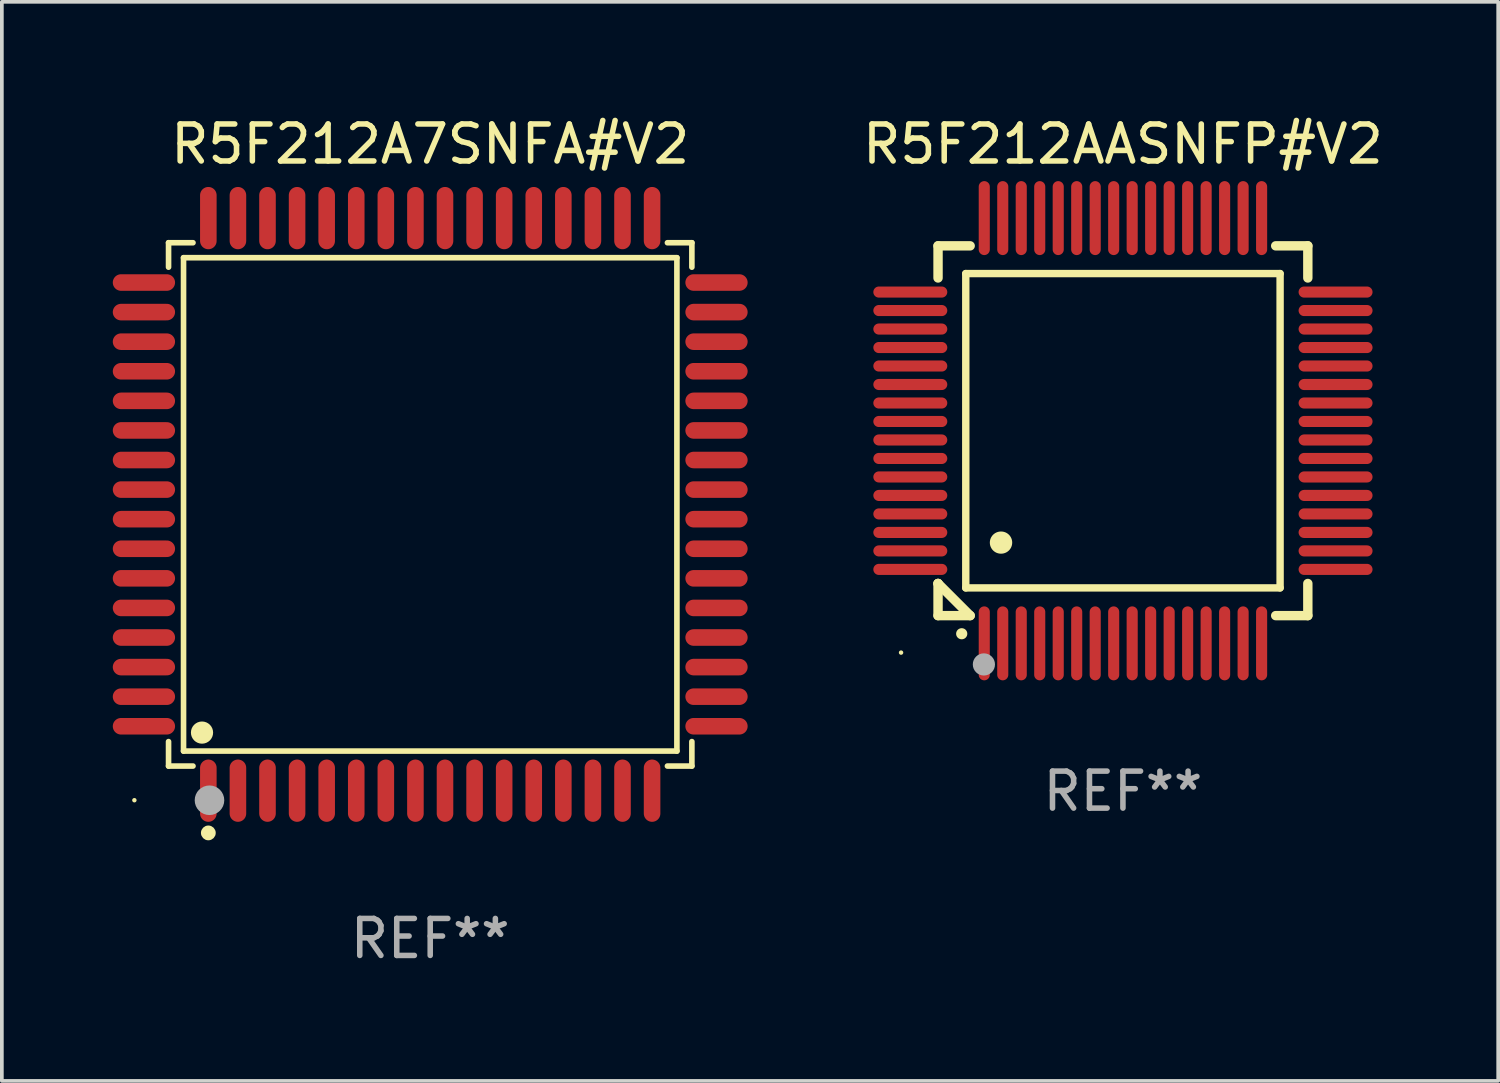
<source format=kicad_pcb>
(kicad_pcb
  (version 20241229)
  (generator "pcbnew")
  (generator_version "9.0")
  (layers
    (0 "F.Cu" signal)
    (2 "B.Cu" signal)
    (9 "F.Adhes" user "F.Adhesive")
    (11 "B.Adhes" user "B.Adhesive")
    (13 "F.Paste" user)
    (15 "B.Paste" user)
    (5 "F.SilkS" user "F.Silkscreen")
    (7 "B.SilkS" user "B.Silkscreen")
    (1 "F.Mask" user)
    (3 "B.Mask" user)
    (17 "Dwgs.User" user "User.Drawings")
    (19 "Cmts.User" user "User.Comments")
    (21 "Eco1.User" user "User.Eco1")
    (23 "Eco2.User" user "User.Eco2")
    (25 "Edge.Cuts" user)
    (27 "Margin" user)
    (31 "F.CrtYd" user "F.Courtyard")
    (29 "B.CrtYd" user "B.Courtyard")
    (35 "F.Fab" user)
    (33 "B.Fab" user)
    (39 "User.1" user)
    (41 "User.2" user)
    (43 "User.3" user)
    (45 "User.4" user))
  (footprint "R5F212AASNFP#V2"
    (layer "F.Cu")
    (at 27.317 8.598)
    (property "Reference" "R5F212AASNFP#V2" (at 0 -7.75 0) (layer "F.SilkS") (effects (font (size 1 1) (thickness 0.15))))
    (attr through_hole)
    (fp_line (start -5 -5) (end -4.131 -5) (stroke (width 0.254) (type solid)) (layer "F.SilkS"))
    (fp_line (start -5 -4.131) (end -5 -5) (stroke (width 0.254) (type solid)) (layer "F.SilkS"))
    (fp_line (start -5 4.131) (end -5 4.131) (stroke (width 0.254) (type solid)) (layer "F.SilkS"))
    (fp_line (start -5 5) (end -5 4.131) (stroke (width 0.254) (type solid)) (layer "F.SilkS"))
    (fp_line (start -5 4.131) (end -4.131 5) (stroke (width 0.254) (type solid)) (layer "F.SilkS"))
    (fp_line (start -4.25 -4.25) (end -4.25 4.25) (stroke (width 0.2) (type solid)) (layer "F.SilkS"))
    (fp_line (start -4.25 4.25) (end 4.25 4.25) (stroke (width 0.2) (type solid)) (layer "F.SilkS"))
    (fp_line (start -4.131 5) (end -5 5) (stroke (width 0.254) (type solid)) (layer "F.SilkS"))
    (fp_line (start 4.25 -4.25) (end -4.25 -4.25) (stroke (width 0.2) (type solid)) (layer "F.SilkS"))
    (fp_line (start 4.25 4.25) (end 4.25 -4.25) (stroke (width 0.2) (type solid)) (layer "F.SilkS"))
    (fp_line (start 5 -5) (end 4.131 -5) (stroke (width 0.254) (type solid)) (layer "F.SilkS"))
    (fp_line (start 5 -5) (end 5 -4.131) (stroke (width 0.254) (type solid)) (layer "F.SilkS"))
    (fp_line (start 5 4.131) (end 5 5) (stroke (width 0.254) (type solid)) (layer "F.SilkS"))
    (fp_line (start 5 5) (end 4.131 5) (stroke (width 0.254) (type solid)) (layer "F.SilkS"))
    (fp_arc (start -4.361265 5.489992) (mid -4.359995 5.489987) (end -4.358725 5.489992) (stroke (width 0.3) (type solid)) (layer "F.SilkS"))
    (fp_arc (start -3.299467 3.025146) (mid -3.296927 3.025135) (end -3.294387 3.025146) (stroke (width 0.6) (type solid)) (layer "F.SilkS"))
    (fp_circle (center -6 6) (end -5.97 6) (stroke (width 0.06) (type solid)) (fill no) (layer "F.SilkS"))
    (fp_circle (center -3.76 6.32) (end -3.61 6.32) (stroke (width 0.3) (type solid)) (fill no) (layer "F.Fab"))
    (fp_text user "REF**" (at 0 9.75 0) (layer "F.Fab") (effects (font (size 1 1) (thickness 0.15))))
    (pad "1" smd oval (at -3.75 5.75) (size 0.3 2) (layers "F.Cu" "F.Mask" "F.Paste"))
    (pad "2" smd oval (at -3.25 5.75) (size 0.3 2) (layers "F.Cu" "F.Mask" "F.Paste"))
    (pad "3" smd oval (at -2.75 5.75) (size 0.3 2) (layers "F.Cu" "F.Mask" "F.Paste"))
    (pad "4" smd oval (at -2.25 5.75) (size 0.3 2) (layers "F.Cu" "F.Mask" "F.Paste"))
    (pad "5" smd oval (at -1.75 5.75) (size 0.3 2) (layers "F.Cu" "F.Mask" "F.Paste"))
    (pad "6" smd oval (at -1.25 5.75) (size 0.3 2) (layers "F.Cu" "F.Mask" "F.Paste"))
    (pad "7" smd oval (at -0.75 5.75) (size 0.3 2) (layers "F.Cu" "F.Mask" "F.Paste"))
    (pad "8" smd oval (at -0.25 5.75) (size 0.3 2) (layers "F.Cu" "F.Mask" "F.Paste"))
    (pad "9" smd oval (at 0.25 5.75) (size 0.3 2) (layers "F.Cu" "F.Mask" "F.Paste"))
    (pad "10" smd oval (at 0.75 5.75) (size 0.3 2) (layers "F.Cu" "F.Mask" "F.Paste"))
    (pad "11" smd oval (at 1.25 5.75) (size 0.3 2) (layers "F.Cu" "F.Mask" "F.Paste"))
    (pad "12" smd oval (at 1.75 5.75) (size 0.3 2) (layers "F.Cu" "F.Mask" "F.Paste"))
    (pad "13" smd oval (at 2.25 5.75) (size 0.3 2) (layers "F.Cu" "F.Mask" "F.Paste"))
    (pad "14" smd oval (at 2.75 5.75) (size 0.3 2) (layers "F.Cu" "F.Mask" "F.Paste"))
    (pad "15" smd oval (at 3.25 5.75) (size 0.3 2) (layers "F.Cu" "F.Mask" "F.Paste"))
    (pad "16" smd oval (at 3.75 5.75) (size 0.3 2) (layers "F.Cu" "F.Mask" "F.Paste"))
    (pad "17" smd oval (at 5.75 3.75) (size 2 0.3) (layers "F.Cu" "F.Mask" "F.Paste"))
    (pad "18" smd oval (at 5.75 3.25) (size 2 0.3) (layers "F.Cu" "F.Mask" "F.Paste"))
    (pad "19" smd oval (at 5.75 2.75) (size 2 0.3) (layers "F.Cu" "F.Mask" "F.Paste"))
    (pad "20" smd oval (at 5.75 2.25) (size 2 0.3) (layers "F.Cu" "F.Mask" "F.Paste"))
    (pad "21" smd oval (at 5.75 1.75) (size 2 0.3) (layers "F.Cu" "F.Mask" "F.Paste"))
    (pad "22" smd oval (at 5.75 1.25) (size 2 0.3) (layers "F.Cu" "F.Mask" "F.Paste"))
    (pad "23" smd oval (at 5.75 0.75) (size 2 0.3) (layers "F.Cu" "F.Mask" "F.Paste"))
    (pad "24" smd oval (at 5.75 0.25) (size 2 0.3) (layers "F.Cu" "F.Mask" "F.Paste"))
    (pad "25" smd oval (at 5.75 -0.25) (size 2 0.3) (layers "F.Cu" "F.Mask" "F.Paste"))
    (pad "26" smd oval (at 5.75 -0.75) (size 2 0.3) (layers "F.Cu" "F.Mask" "F.Paste"))
    (pad "27" smd oval (at 5.75 -1.25) (size 2 0.3) (layers "F.Cu" "F.Mask" "F.Paste"))
    (pad "28" smd oval (at 5.75 -1.75) (size 2 0.3) (layers "F.Cu" "F.Mask" "F.Paste"))
    (pad "29" smd oval (at 5.75 -2.25) (size 2 0.3) (layers "F.Cu" "F.Mask" "F.Paste"))
    (pad "30" smd oval (at 5.75 -2.75) (size 2 0.3) (layers "F.Cu" "F.Mask" "F.Paste"))
    (pad "31" smd oval (at 5.75 -3.25) (size 2 0.3) (layers "F.Cu" "F.Mask" "F.Paste"))
    (pad "32" smd oval (at 5.75 -3.75) (size 2 0.3) (layers "F.Cu" "F.Mask" "F.Paste"))
    (pad "33" smd oval (at 3.75 -5.75) (size 0.3 2) (layers "F.Cu" "F.Mask" "F.Paste"))
    (pad "34" smd oval (at 3.25 -5.75) (size 0.3 2) (layers "F.Cu" "F.Mask" "F.Paste"))
    (pad "35" smd oval (at 2.75 -5.75) (size 0.3 2) (layers "F.Cu" "F.Mask" "F.Paste"))
    (pad "36" smd oval (at 2.25 -5.75) (size 0.3 2) (layers "F.Cu" "F.Mask" "F.Paste"))
    (pad "37" smd oval (at 1.75 -5.75) (size 0.3 2) (layers "F.Cu" "F.Mask" "F.Paste"))
    (pad "38" smd oval (at 1.25 -5.75) (size 0.3 2) (layers "F.Cu" "F.Mask" "F.Paste"))
    (pad "39" smd oval (at 0.75 -5.75) (size 0.3 2) (layers "F.Cu" "F.Mask" "F.Paste"))
    (pad "40" smd oval (at 0.25 -5.75) (size 0.3 2) (layers "F.Cu" "F.Mask" "F.Paste"))
    (pad "41" smd oval (at -0.25 -5.75) (size 0.3 2) (layers "F.Cu" "F.Mask" "F.Paste"))
    (pad "42" smd oval (at -0.75 -5.75) (size 0.3 2) (layers "F.Cu" "F.Mask" "F.Paste"))
    (pad "43" smd oval (at -1.25 -5.75) (size 0.3 2) (layers "F.Cu" "F.Mask" "F.Paste"))
    (pad "44" smd oval (at -1.75 -5.75) (size 0.3 2) (layers "F.Cu" "F.Mask" "F.Paste"))
    (pad "45" smd oval (at -2.25 -5.75) (size 0.3 2) (layers "F.Cu" "F.Mask" "F.Paste"))
    (pad "46" smd oval (at -2.75 -5.75) (size 0.3 2) (layers "F.Cu" "F.Mask" "F.Paste"))
    (pad "47" smd oval (at -3.25 -5.75) (size 0.3 2) (layers "F.Cu" "F.Mask" "F.Paste"))
    (pad "48" smd oval (at -3.75 -5.75) (size 0.3 2) (layers "F.Cu" "F.Mask" "F.Paste"))
    (pad "49" smd oval (at -5.75 -3.75) (size 2 0.3) (layers "F.Cu" "F.Mask" "F.Paste"))
    (pad "50" smd oval (at -5.75 -3.25) (size 2 0.3) (layers "F.Cu" "F.Mask" "F.Paste"))
    (pad "51" smd oval (at -5.75 -2.75) (size 2 0.3) (layers "F.Cu" "F.Mask" "F.Paste"))
    (pad "52" smd oval (at -5.75 -2.25) (size 2 0.3) (layers "F.Cu" "F.Mask" "F.Paste"))
    (pad "53" smd oval (at -5.75 -1.75) (size 2 0.3) (layers "F.Cu" "F.Mask" "F.Paste"))
    (pad "54" smd oval (at -5.75 -1.25) (size 2 0.3) (layers "F.Cu" "F.Mask" "F.Paste"))
    (pad "55" smd oval (at -5.75 -0.75) (size 2 0.3) (layers "F.Cu" "F.Mask" "F.Paste"))
    (pad "56" smd oval (at -5.75 -0.25) (size 2 0.3) (layers "F.Cu" "F.Mask" "F.Paste"))
    (pad "57" smd oval (at -5.75 0.25) (size 2 0.3) (layers "F.Cu" "F.Mask" "F.Paste"))
    (pad "58" smd oval (at -5.75 0.75) (size 2 0.3) (layers "F.Cu" "F.Mask" "F.Paste"))
    (pad "59" smd oval (at -5.75 1.25) (size 2 0.3) (layers "F.Cu" "F.Mask" "F.Paste"))
    (pad "60" smd oval (at -5.75 1.75) (size 2 0.3) (layers "F.Cu" "F.Mask" "F.Paste"))
    (pad "61" smd oval (at -5.75 2.25) (size 2 0.3) (layers "F.Cu" "F.Mask" "F.Paste"))
    (pad "62" smd oval (at -5.75 2.75) (size 2 0.3) (layers "F.Cu" "F.Mask" "F.Paste"))
    (pad "63" smd oval (at -5.75 3.25) (size 2 0.3) (layers "F.Cu" "F.Mask" "F.Paste"))
    (pad "64" smd oval (at -5.75 3.75) (size 2 0.3) (layers "F.Cu" "F.Mask" "F.Paste")))
  (footprint "R5F212A7SNFA#V2"
    (layer "F.Cu")
    (at 8.584 10.59)
    (property "Reference" "R5F212A7SNFA#V2" (at 0 -9.742 0) (layer "F.SilkS") (effects (font (size 1 1) (thickness 0.15))))
    (attr through_hole)
    (fp_line (start -7.076 -7.076) (end -6.415 -7.076) (stroke (width 0.152) (type solid)) (layer "F.SilkS"))
    (fp_line (start -7.076 -6.415) (end -7.076 -7.076) (stroke (width 0.152) (type solid)) (layer "F.SilkS"))
    (fp_line (start -7.076 6.415) (end -7.076 7.076) (stroke (width 0.152) (type solid)) (layer "F.SilkS"))
    (fp_line (start -7.076 7.076) (end -6.415 7.076) (stroke (width 0.152) (type solid)) (layer "F.SilkS"))
    (fp_line (start -6.671 -6.671) (end 6.671 -6.671) (stroke (width 0.152) (type solid)) (layer "F.SilkS"))
    (fp_line (start -6.671 6.671) (end -6.671 -6.671) (stroke (width 0.152) (type solid)) (layer "F.SilkS"))
    (fp_line (start 6.671 -6.671) (end 6.671 6.671) (stroke (width 0.152) (type solid)) (layer "F.SilkS"))
    (fp_line (start 6.671 6.671) (end -6.671 6.671) (stroke (width 0.152) (type solid)) (layer "F.SilkS"))
    (fp_line (start 7.076 -7.076) (end 6.415 -7.076) (stroke (width 0.152) (type solid)) (layer "F.SilkS"))
    (fp_line (start 7.076 -6.415) (end 7.076 -7.076) (stroke (width 0.152) (type solid)) (layer "F.SilkS"))
    (fp_line (start 7.076 6.415) (end 7.076 7.076) (stroke (width 0.152) (type solid)) (layer "F.SilkS"))
    (fp_line (start 7.076 7.076) (end 6.415 7.076) (stroke (width 0.152) (type solid)) (layer "F.SilkS"))
    (fp_circle (center -8 8) (end -7.97 8) (stroke (width 0.06) (type solid)) (fill no) (layer "F.SilkS"))
    (fp_circle (center -6.171 6.171) (end -6.021 6.171) (stroke (width 0.3) (type solid)) (fill no) (layer "F.SilkS"))
    (fp_circle (center -6 8.884) (end -5.9 8.884) (stroke (width 0.2) (type solid)) (fill no) (layer "F.SilkS"))
    (fp_circle (center -5.969 8.001) (end -5.769 8.001) (stroke (width 0.4) (type solid)) (fill no) (layer "F.Fab"))
    (fp_text user "REF**" (at 0 11.742 0) (layer "F.Fab") (effects (font (size 1 1) (thickness 0.15))))
    (pad "1" smd oval (at -6 7.742) (size 0.448 1.684) (layers "F.Cu" "F.Mask" "F.Paste"))
    (pad "2" smd oval (at -5.2 7.742) (size 0.448 1.684) (layers "F.Cu" "F.Mask" "F.Paste"))
    (pad "3" smd oval (at -4.4 7.742) (size 0.448 1.684) (layers "F.Cu" "F.Mask" "F.Paste"))
    (pad "4" smd oval (at -3.6 7.742) (size 0.448 1.684) (layers "F.Cu" "F.Mask" "F.Paste"))
    (pad "5" smd oval (at -2.8 7.742) (size 0.448 1.684) (layers "F.Cu" "F.Mask" "F.Paste"))
    (pad "6" smd oval (at -2 7.742) (size 0.448 1.684) (layers "F.Cu" "F.Mask" "F.Paste"))
    (pad "7" smd oval (at -1.2 7.742) (size 0.448 1.684) (layers "F.Cu" "F.Mask" "F.Paste"))
    (pad "8" smd oval (at -0.4 7.742) (size 0.448 1.684) (layers "F.Cu" "F.Mask" "F.Paste"))
    (pad "9" smd oval (at 0.4 7.742) (size 0.448 1.684) (layers "F.Cu" "F.Mask" "F.Paste"))
    (pad "10" smd oval (at 1.2 7.742) (size 0.448 1.684) (layers "F.Cu" "F.Mask" "F.Paste"))
    (pad "11" smd oval (at 2 7.742) (size 0.448 1.684) (layers "F.Cu" "F.Mask" "F.Paste"))
    (pad "12" smd oval (at 2.8 7.742) (size 0.448 1.684) (layers "F.Cu" "F.Mask" "F.Paste"))
    (pad "13" smd oval (at 3.6 7.742) (size 0.448 1.684) (layers "F.Cu" "F.Mask" "F.Paste"))
    (pad "14" smd oval (at 4.4 7.742) (size 0.448 1.684) (layers "F.Cu" "F.Mask" "F.Paste"))
    (pad "15" smd oval (at 5.2 7.742) (size 0.448 1.684) (layers "F.Cu" "F.Mask" "F.Paste"))
    (pad "16" smd oval (at 6 7.742) (size 0.448 1.684) (layers "F.Cu" "F.Mask" "F.Paste"))
    (pad "17" smd oval (at 7.742 6) (size 1.684 0.448) (layers "F.Cu" "F.Mask" "F.Paste"))
    (pad "18" smd oval (at 7.742 5.2) (size 1.684 0.448) (layers "F.Cu" "F.Mask" "F.Paste"))
    (pad "19" smd oval (at 7.742 4.4) (size 1.684 0.448) (layers "F.Cu" "F.Mask" "F.Paste"))
    (pad "20" smd oval (at 7.742 3.6) (size 1.684 0.448) (layers "F.Cu" "F.Mask" "F.Paste"))
    (pad "21" smd oval (at 7.742 2.8) (size 1.684 0.448) (layers "F.Cu" "F.Mask" "F.Paste"))
    (pad "22" smd oval (at 7.742 2) (size 1.684 0.448) (layers "F.Cu" "F.Mask" "F.Paste"))
    (pad "23" smd oval (at 7.742 1.2) (size 1.684 0.448) (layers "F.Cu" "F.Mask" "F.Paste"))
    (pad "24" smd oval (at 7.742 0.4) (size 1.684 0.448) (layers "F.Cu" "F.Mask" "F.Paste"))
    (pad "25" smd oval (at 7.742 -0.4) (size 1.684 0.448) (layers "F.Cu" "F.Mask" "F.Paste"))
    (pad "26" smd oval (at 7.742 -1.2) (size 1.684 0.448) (layers "F.Cu" "F.Mask" "F.Paste"))
    (pad "27" smd oval (at 7.742 -2) (size 1.684 0.448) (layers "F.Cu" "F.Mask" "F.Paste"))
    (pad "28" smd oval (at 7.742 -2.8) (size 1.684 0.448) (layers "F.Cu" "F.Mask" "F.Paste"))
    (pad "29" smd oval (at 7.742 -3.6) (size 1.684 0.448) (layers "F.Cu" "F.Mask" "F.Paste"))
    (pad "30" smd oval (at 7.742 -4.4) (size 1.684 0.448) (layers "F.Cu" "F.Mask" "F.Paste"))
    (pad "31" smd oval (at 7.742 -5.2) (size 1.684 0.448) (layers "F.Cu" "F.Mask" "F.Paste"))
    (pad "32" smd oval (at 7.742 -6) (size 1.684 0.448) (layers "F.Cu" "F.Mask" "F.Paste"))
    (pad "33" smd oval (at 6 -7.742) (size 0.448 1.684) (layers "F.Cu" "F.Mask" "F.Paste"))
    (pad "34" smd oval (at 5.2 -7.742) (size 0.448 1.684) (layers "F.Cu" "F.Mask" "F.Paste"))
    (pad "35" smd oval (at 4.4 -7.742) (size 0.448 1.684) (layers "F.Cu" "F.Mask" "F.Paste"))
    (pad "36" smd oval (at 3.6 -7.742) (size 0.448 1.684) (layers "F.Cu" "F.Mask" "F.Paste"))
    (pad "37" smd oval (at 2.8 -7.742) (size 0.448 1.684) (layers "F.Cu" "F.Mask" "F.Paste"))
    (pad "38" smd oval (at 2 -7.742) (size 0.448 1.684) (layers "F.Cu" "F.Mask" "F.Paste"))
    (pad "39" smd oval (at 1.2 -7.742) (size 0.448 1.684) (layers "F.Cu" "F.Mask" "F.Paste"))
    (pad "40" smd oval (at 0.4 -7.742) (size 0.448 1.684) (layers "F.Cu" "F.Mask" "F.Paste"))
    (pad "41" smd oval (at -0.4 -7.742) (size 0.448 1.684) (layers "F.Cu" "F.Mask" "F.Paste"))
    (pad "42" smd oval (at -1.2 -7.742) (size 0.448 1.684) (layers "F.Cu" "F.Mask" "F.Paste"))
    (pad "43" smd oval (at -2 -7.742) (size 0.448 1.684) (layers "F.Cu" "F.Mask" "F.Paste"))
    (pad "44" smd oval (at -2.8 -7.742) (size 0.448 1.684) (layers "F.Cu" "F.Mask" "F.Paste"))
    (pad "45" smd oval (at -3.6 -7.742) (size 0.448 1.684) (layers "F.Cu" "F.Mask" "F.Paste"))
    (pad "46" smd oval (at -4.4 -7.742) (size 0.448 1.684) (layers "F.Cu" "F.Mask" "F.Paste"))
    (pad "47" smd oval (at -5.2 -7.742) (size 0.448 1.684) (layers "F.Cu" "F.Mask" "F.Paste"))
    (pad "48" smd oval (at -6 -7.742) (size 0.448 1.684) (layers "F.Cu" "F.Mask" "F.Paste"))
    (pad "49" smd oval (at -7.742 -6) (size 1.684 0.448) (layers "F.Cu" "F.Mask" "F.Paste"))
    (pad "50" smd oval (at -7.742 -5.2) (size 1.684 0.448) (layers "F.Cu" "F.Mask" "F.Paste"))
    (pad "51" smd oval (at -7.742 -4.4) (size 1.684 0.448) (layers "F.Cu" "F.Mask" "F.Paste"))
    (pad "52" smd oval (at -7.742 -3.6) (size 1.684 0.448) (layers "F.Cu" "F.Mask" "F.Paste"))
    (pad "53" smd oval (at -7.742 -2.8) (size 1.684 0.448) (layers "F.Cu" "F.Mask" "F.Paste"))
    (pad "54" smd oval (at -7.742 -2) (size 1.684 0.448) (layers "F.Cu" "F.Mask" "F.Paste"))
    (pad "55" smd oval (at -7.742 -1.2) (size 1.684 0.448) (layers "F.Cu" "F.Mask" "F.Paste"))
    (pad "56" smd oval (at -7.742 -0.4) (size 1.684 0.448) (layers "F.Cu" "F.Mask" "F.Paste"))
    (pad "57" smd oval (at -7.742 0.4) (size 1.684 0.448) (layers "F.Cu" "F.Mask" "F.Paste"))
    (pad "58" smd oval (at -7.742 1.2) (size 1.684 0.448) (layers "F.Cu" "F.Mask" "F.Paste"))
    (pad "59" smd oval (at -7.742 2) (size 1.684 0.448) (layers "F.Cu" "F.Mask" "F.Paste"))
    (pad "60" smd oval (at -7.742 2.8) (size 1.684 0.448) (layers "F.Cu" "F.Mask" "F.Paste"))
    (pad "61" smd oval (at -7.742 3.6) (size 1.684 0.448) (layers "F.Cu" "F.Mask" "F.Paste"))
    (pad "62" smd oval (at -7.742 4.4) (size 1.684 0.448) (layers "F.Cu" "F.Mask" "F.Paste"))
    (pad "63" smd oval (at -7.742 5.2) (size 1.684 0.448) (layers "F.Cu" "F.Mask" "F.Paste"))
    (pad "64" smd oval (at -7.742 6) (size 1.684 0.448) (layers "F.Cu" "F.Mask" "F.Paste")))
  (gr_rect
    (start -3 -3)
    (end 37.465 26.18)
    (stroke (width 0.1) (type default))
    (fill no)
    (layer "Edge.Cuts")))
</source>
